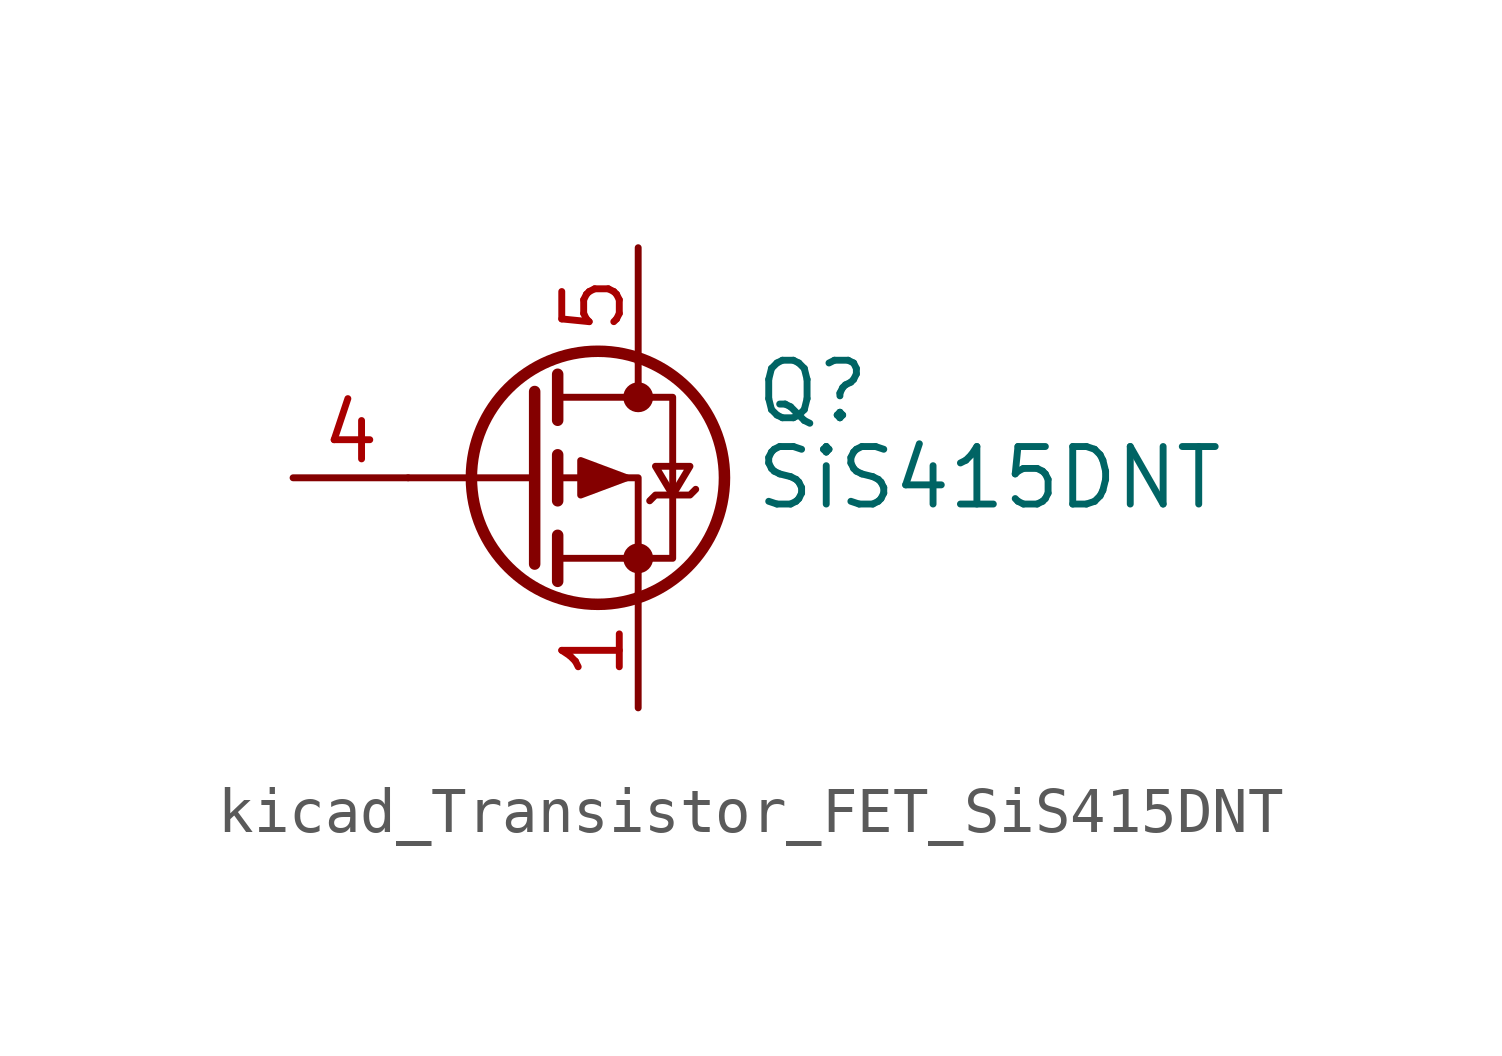
<source format=kicad_sym>
(kicad_symbol_lib
  (version 20220914)
  (generator kicad_symbol_editor)
  (symbol "kicad_Transistor_FET_SiS415DNT"
    (pin_names hide)
    (property "Reference" "Q"
      (at 5.08 1.905 0)
      (effects (font (size 1.27 1.27)) (justify left)))
    (property "Value" "SiS415DNT"
      (at 5.08 0 0)
      (effects (font (size 1.27 1.27)) (justify left)))
    (symbol "kicad_Transistor_FET_SiS415DNT_0_1"
      (polyline (pts (xy 0.254 0) (xy -2.54 0)) (stroke (width 0) (type default)) (fill (type none)))
      (polyline (pts (xy 0.254 1.905) (xy 0.254 -1.905)) (stroke (width 0.254) (type default)) (fill (type none)))
      (polyline (pts (xy 0.762 -1.27) (xy 0.762 -2.286)) (stroke (width 0.254) (type default)) (fill (type none)))
      (polyline (pts (xy 0.762 0.508) (xy 0.762 -0.508)) (stroke (width 0.254) (type default)) (fill (type none)))
      (polyline (pts (xy 0.762 2.286) (xy 0.762 1.27)) (stroke (width 0.254) (type default)) (fill (type none)))
      (polyline (pts (xy 2.54 2.54) (xy 2.54 1.778)) (stroke (width 0) (type default)) (fill (type none)))
      (polyline (pts (xy 2.54 -2.54) (xy 2.54 0) (xy 0.762 0)) (stroke (width 0) (type default)) (fill (type none)))
      (polyline (pts (xy 0.762 1.778) (xy 3.302 1.778) (xy 3.302 -1.778) (xy 0.762 -1.778)) (stroke (width 0) (type default)) (fill (type none)))
      (polyline (pts (xy 2.286 0) (xy 1.27 0.381) (xy 1.27 -0.381) (xy 2.286 0)) (stroke (width 0) (type default)) (fill (type outline)))
      (polyline (pts (xy 2.794 -0.508) (xy 2.921 -0.381) (xy 3.683 -0.381) (xy 3.81 -0.254)) (stroke (width 0) (type default)) (fill (type none)))
      (polyline (pts (xy 3.302 -0.381) (xy 2.921 0.254) (xy 3.683 0.254) (xy 3.302 -0.381)) (stroke (width 0) (type default)) (fill (type none)))
      (circle (center 1.651 0) (radius 2.794) (stroke (width 0.254) (type default)) (fill (type none)))
      (circle (center 2.54 -1.778) (radius 0.254) (stroke (width 0) (type default)) (fill (type outline)))
      (circle (center 2.54 1.778) (radius 0.254) (stroke (width 0) (type default)) (fill (type outline))))
    (symbol "kicad_Transistor_FET_SiS415DNT_1_1"
      (pin passive line (at 2.54 -5.08 90) (length 2.54) (name "S" (effects (font (size 1.27 1.27)))) (number "1" (effects (font (size 1.27 1.27)))))
      (pin passive line (at 2.54 -5.08 90) (length 2.54) hide (name "S" (effects (font (size 1.27 1.27)))) (number "2" (effects (font (size 1.27 1.27)))))
      (pin passive line (at 2.54 -5.08 90) (length 2.54) hide (name "S" (effects (font (size 1.27 1.27)))) (number "3" (effects (font (size 1.27 1.27)))))
      (pin passive line (at -5.08 0 0) (length 2.54) (name "G" (effects (font (size 1.27 1.27)))) (number "4" (effects (font (size 1.27 1.27)))))
      (pin passive line (at 2.54 5.08 270) (length 2.54) (name "D" (effects (font (size 1.27 1.27)))) (number "5" (effects (font (size 1.27 1.27))))))))
</source>
